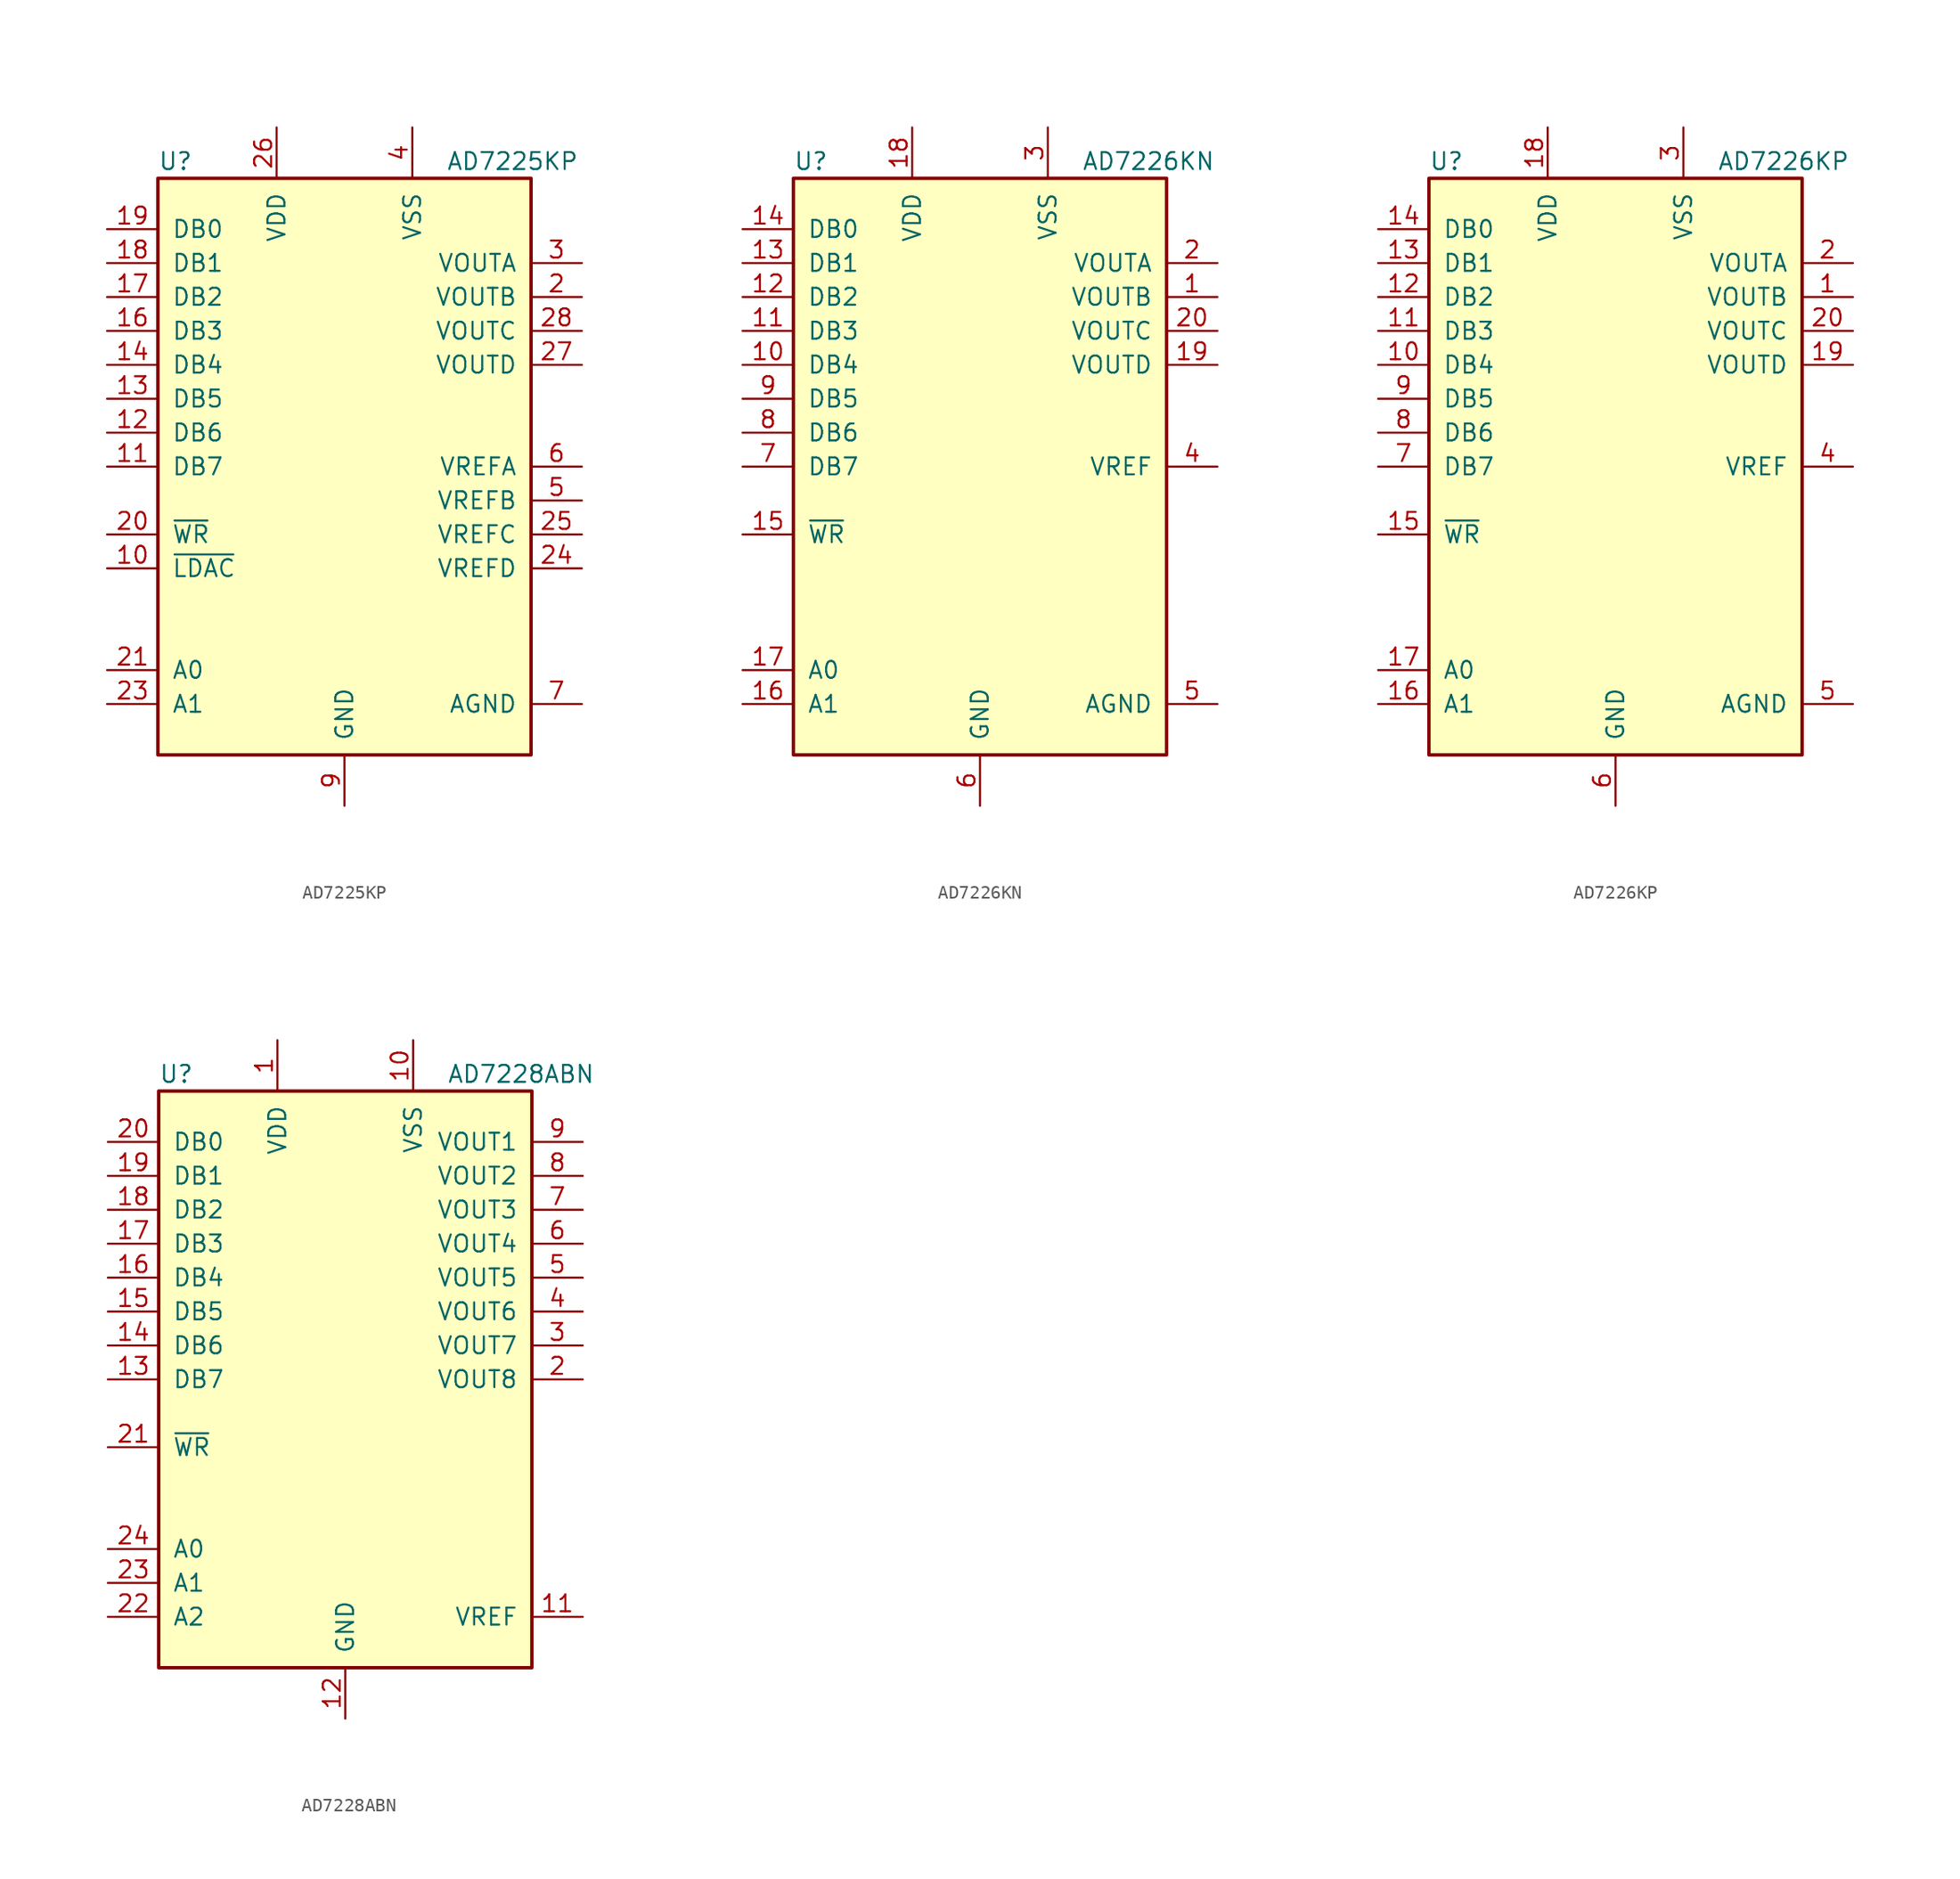
<source format=kicad_sym>
(kicad_symbol_lib
  (version 20220914)
  (generator kicad_symbol_editor)
  (symbol "AD7225KP"
    (pin_names
      (offset 1.016))
    (property "Reference" "U"
      (at -13.97 22.86 0)
      (effects (font (size 1.27 1.27)) (justify left)))
    (property "Value" "AD7225KP"
      (at 7.62 22.86 0)
      (effects (font (size 1.27 1.27)) (justify left)))
    (symbol "AD7225KP_0_1"
      (rectangle (start -13.97 -21.59) (end 13.97 21.59) (stroke (width 0.254) (type default)) (fill (type background))))
    (symbol "AD7225KP_1_1"
      (pin input line (at -17.78 -7.62 0) (length 3.81) (name "~{LDAC}" (effects (font (size 1.27 1.27)))) (number "10" (effects (font (size 1.27 1.27)))))
      (pin input line (at -17.78 0 0) (length 3.81) (name "DB7" (effects (font (size 1.27 1.27)))) (number "11" (effects (font (size 1.27 1.27)))))
      (pin input line (at -17.78 2.54 0) (length 3.81) (name "DB6" (effects (font (size 1.27 1.27)))) (number "12" (effects (font (size 1.27 1.27)))))
      (pin input line (at -17.78 5.08 0) (length 3.81) (name "DB5" (effects (font (size 1.27 1.27)))) (number "13" (effects (font (size 1.27 1.27)))))
      (pin input line (at -17.78 7.62 0) (length 3.81) (name "DB4" (effects (font (size 1.27 1.27)))) (number "14" (effects (font (size 1.27 1.27)))))
      (pin input line (at -17.78 10.16 0) (length 3.81) (name "DB3" (effects (font (size 1.27 1.27)))) (number "16" (effects (font (size 1.27 1.27)))))
      (pin input line (at -17.78 12.7 0) (length 3.81) (name "DB2" (effects (font (size 1.27 1.27)))) (number "17" (effects (font (size 1.27 1.27)))))
      (pin input line (at -17.78 15.24 0) (length 3.81) (name "DB1" (effects (font (size 1.27 1.27)))) (number "18" (effects (font (size 1.27 1.27)))))
      (pin input line (at -17.78 17.78 0) (length 3.81) (name "DB0" (effects (font (size 1.27 1.27)))) (number "19" (effects (font (size 1.27 1.27)))))
      (pin output line (at 17.78 12.7 180) (length 3.81) (name "VOUTB" (effects (font (size 1.27 1.27)))) (number "2" (effects (font (size 1.27 1.27)))))
      (pin input line (at -17.78 -5.08 0) (length 3.81) (name "~{WR}" (effects (font (size 1.27 1.27)))) (number "20" (effects (font (size 1.27 1.27)))))
      (pin input line (at -17.78 -15.24 0) (length 3.81) (name "A0" (effects (font (size 1.27 1.27)))) (number "21" (effects (font (size 1.27 1.27)))))
      (pin input line (at -17.78 -17.78 0) (length 3.81) (name "A1" (effects (font (size 1.27 1.27)))) (number "23" (effects (font (size 1.27 1.27)))))
      (pin input line (at 17.78 -7.62 180) (length 3.81) (name "VREFD" (effects (font (size 1.27 1.27)))) (number "24" (effects (font (size 1.27 1.27)))))
      (pin input line (at 17.78 -5.08 180) (length 3.81) (name "VREFC" (effects (font (size 1.27 1.27)))) (number "25" (effects (font (size 1.27 1.27)))))
      (pin power_in line (at -5.08 25.4 270) (length 3.81) (name "VDD" (effects (font (size 1.27 1.27)))) (number "26" (effects (font (size 1.27 1.27)))))
      (pin output line (at 17.78 7.62 180) (length 3.81) (name "VOUTD" (effects (font (size 1.27 1.27)))) (number "27" (effects (font (size 1.27 1.27)))))
      (pin output line (at 17.78 10.16 180) (length 3.81) (name "VOUTC" (effects (font (size 1.27 1.27)))) (number "28" (effects (font (size 1.27 1.27)))))
      (pin output line (at 17.78 15.24 180) (length 3.81) (name "VOUTA" (effects (font (size 1.27 1.27)))) (number "3" (effects (font (size 1.27 1.27)))))
      (pin power_in line (at 5.08 25.4 270) (length 3.81) (name "VSS" (effects (font (size 1.27 1.27)))) (number "4" (effects (font (size 1.27 1.27)))))
      (pin input line (at 17.78 -2.54 180) (length 3.81) (name "VREFB" (effects (font (size 1.27 1.27)))) (number "5" (effects (font (size 1.27 1.27)))))
      (pin input line (at 17.78 0 180) (length 3.81) (name "VREFA" (effects (font (size 1.27 1.27)))) (number "6" (effects (font (size 1.27 1.27)))))
      (pin input line (at 17.78 -17.78 180) (length 3.81) (name "AGND" (effects (font (size 1.27 1.27)))) (number "7" (effects (font (size 1.27 1.27)))))
      (pin power_in line (at 0 -25.4 90) (length 3.81) (name "GND" (effects (font (size 1.27 1.27)))) (number "9" (effects (font (size 1.27 1.27)))))))
  (symbol "AD7226KN"
    (pin_names
      (offset 1.016))
    (property "Reference" "U"
      (at -13.97 22.86 0)
      (effects (font (size 1.27 1.27)) (justify left)))
    (property "Value" "AD7226KN"
      (at 7.62 22.86 0)
      (effects (font (size 1.27 1.27)) (justify left)))
    (symbol "AD7226KN_0_1"
      (rectangle (start -13.97 -21.59) (end 13.97 21.59) (stroke (width 0.254) (type default)) (fill (type background))))
    (symbol "AD7226KN_1_1"
      (pin output line (at 17.78 12.7 180) (length 3.81) (name "VOUTB" (effects (font (size 1.27 1.27)))) (number "1" (effects (font (size 1.27 1.27)))))
      (pin input line (at -17.78 7.62 0) (length 3.81) (name "DB4" (effects (font (size 1.27 1.27)))) (number "10" (effects (font (size 1.27 1.27)))))
      (pin input line (at -17.78 10.16 0) (length 3.81) (name "DB3" (effects (font (size 1.27 1.27)))) (number "11" (effects (font (size 1.27 1.27)))))
      (pin input line (at -17.78 12.7 0) (length 3.81) (name "DB2" (effects (font (size 1.27 1.27)))) (number "12" (effects (font (size 1.27 1.27)))))
      (pin input line (at -17.78 15.24 0) (length 3.81) (name "DB1" (effects (font (size 1.27 1.27)))) (number "13" (effects (font (size 1.27 1.27)))))
      (pin input line (at -17.78 17.78 0) (length 3.81) (name "DB0" (effects (font (size 1.27 1.27)))) (number "14" (effects (font (size 1.27 1.27)))))
      (pin input line (at -17.78 -5.08 0) (length 3.81) (name "~{WR}" (effects (font (size 1.27 1.27)))) (number "15" (effects (font (size 1.27 1.27)))))
      (pin input line (at -17.78 -17.78 0) (length 3.81) (name "A1" (effects (font (size 1.27 1.27)))) (number "16" (effects (font (size 1.27 1.27)))))
      (pin input line (at -17.78 -15.24 0) (length 3.81) (name "A0" (effects (font (size 1.27 1.27)))) (number "17" (effects (font (size 1.27 1.27)))))
      (pin power_in line (at -5.08 25.4 270) (length 3.81) (name "VDD" (effects (font (size 1.27 1.27)))) (number "18" (effects (font (size 1.27 1.27)))))
      (pin output line (at 17.78 7.62 180) (length 3.81) (name "VOUTD" (effects (font (size 1.27 1.27)))) (number "19" (effects (font (size 1.27 1.27)))))
      (pin output line (at 17.78 15.24 180) (length 3.81) (name "VOUTA" (effects (font (size 1.27 1.27)))) (number "2" (effects (font (size 1.27 1.27)))))
      (pin output line (at 17.78 10.16 180) (length 3.81) (name "VOUTC" (effects (font (size 1.27 1.27)))) (number "20" (effects (font (size 1.27 1.27)))))
      (pin power_in line (at 5.08 25.4 270) (length 3.81) (name "VSS" (effects (font (size 1.27 1.27)))) (number "3" (effects (font (size 1.27 1.27)))))
      (pin input line (at 17.78 0 180) (length 3.81) (name "VREF" (effects (font (size 1.27 1.27)))) (number "4" (effects (font (size 1.27 1.27)))))
      (pin input line (at 17.78 -17.78 180) (length 3.81) (name "AGND" (effects (font (size 1.27 1.27)))) (number "5" (effects (font (size 1.27 1.27)))))
      (pin power_in line (at 0 -25.4 90) (length 3.81) (name "GND" (effects (font (size 1.27 1.27)))) (number "6" (effects (font (size 1.27 1.27)))))
      (pin input line (at -17.78 0 0) (length 3.81) (name "DB7" (effects (font (size 1.27 1.27)))) (number "7" (effects (font (size 1.27 1.27)))))
      (pin input line (at -17.78 2.54 0) (length 3.81) (name "DB6" (effects (font (size 1.27 1.27)))) (number "8" (effects (font (size 1.27 1.27)))))
      (pin input line (at -17.78 5.08 0) (length 3.81) (name "DB5" (effects (font (size 1.27 1.27)))) (number "9" (effects (font (size 1.27 1.27)))))))
  (symbol "AD7226KP"
    (pin_names
      (offset 1.016))
    (property "Reference" "U"
      (at -13.97 22.86 0)
      (effects (font (size 1.27 1.27)) (justify left)))
    (property "Value" "AD7226KP"
      (at 7.62 22.86 0)
      (effects (font (size 1.27 1.27)) (justify left)))
    (symbol "AD7226KP_0_1"
      (rectangle (start -13.97 -21.59) (end 13.97 21.59) (stroke (width 0.254) (type default)) (fill (type background))))
    (symbol "AD7226KP_1_1"
      (pin output line (at 17.78 12.7 180) (length 3.81) (name "VOUTB" (effects (font (size 1.27 1.27)))) (number "1" (effects (font (size 1.27 1.27)))))
      (pin input line (at -17.78 7.62 0) (length 3.81) (name "DB4" (effects (font (size 1.27 1.27)))) (number "10" (effects (font (size 1.27 1.27)))))
      (pin input line (at -17.78 10.16 0) (length 3.81) (name "DB3" (effects (font (size 1.27 1.27)))) (number "11" (effects (font (size 1.27 1.27)))))
      (pin input line (at -17.78 12.7 0) (length 3.81) (name "DB2" (effects (font (size 1.27 1.27)))) (number "12" (effects (font (size 1.27 1.27)))))
      (pin input line (at -17.78 15.24 0) (length 3.81) (name "DB1" (effects (font (size 1.27 1.27)))) (number "13" (effects (font (size 1.27 1.27)))))
      (pin input line (at -17.78 17.78 0) (length 3.81) (name "DB0" (effects (font (size 1.27 1.27)))) (number "14" (effects (font (size 1.27 1.27)))))
      (pin input line (at -17.78 -5.08 0) (length 3.81) (name "~{WR}" (effects (font (size 1.27 1.27)))) (number "15" (effects (font (size 1.27 1.27)))))
      (pin input line (at -17.78 -17.78 0) (length 3.81) (name "A1" (effects (font (size 1.27 1.27)))) (number "16" (effects (font (size 1.27 1.27)))))
      (pin input line (at -17.78 -15.24 0) (length 3.81) (name "A0" (effects (font (size 1.27 1.27)))) (number "17" (effects (font (size 1.27 1.27)))))
      (pin power_in line (at -5.08 25.4 270) (length 3.81) (name "VDD" (effects (font (size 1.27 1.27)))) (number "18" (effects (font (size 1.27 1.27)))))
      (pin output line (at 17.78 7.62 180) (length 3.81) (name "VOUTD" (effects (font (size 1.27 1.27)))) (number "19" (effects (font (size 1.27 1.27)))))
      (pin output line (at 17.78 15.24 180) (length 3.81) (name "VOUTA" (effects (font (size 1.27 1.27)))) (number "2" (effects (font (size 1.27 1.27)))))
      (pin output line (at 17.78 10.16 180) (length 3.81) (name "VOUTC" (effects (font (size 1.27 1.27)))) (number "20" (effects (font (size 1.27 1.27)))))
      (pin power_in line (at 5.08 25.4 270) (length 3.81) (name "VSS" (effects (font (size 1.27 1.27)))) (number "3" (effects (font (size 1.27 1.27)))))
      (pin input line (at 17.78 0 180) (length 3.81) (name "VREF" (effects (font (size 1.27 1.27)))) (number "4" (effects (font (size 1.27 1.27)))))
      (pin input line (at 17.78 -17.78 180) (length 3.81) (name "AGND" (effects (font (size 1.27 1.27)))) (number "5" (effects (font (size 1.27 1.27)))))
      (pin power_in line (at 0 -25.4 90) (length 3.81) (name "GND" (effects (font (size 1.27 1.27)))) (number "6" (effects (font (size 1.27 1.27)))))
      (pin input line (at -17.78 0 0) (length 3.81) (name "DB7" (effects (font (size 1.27 1.27)))) (number "7" (effects (font (size 1.27 1.27)))))
      (pin input line (at -17.78 2.54 0) (length 3.81) (name "DB6" (effects (font (size 1.27 1.27)))) (number "8" (effects (font (size 1.27 1.27)))))
      (pin input line (at -17.78 5.08 0) (length 3.81) (name "DB5" (effects (font (size 1.27 1.27)))) (number "9" (effects (font (size 1.27 1.27)))))))
  (symbol "AD7228ABN"
    (pin_names
      (offset 1.016))
    (property "Reference" "U"
      (at -13.97 22.86 0)
      (effects (font (size 1.27 1.27)) (justify left)))
    (property "Value" "AD7228ABN"
      (at 7.62 22.86 0)
      (effects (font (size 1.27 1.27)) (justify left)))
    (symbol "AD7228ABN_0_1"
      (rectangle (start -13.97 -21.59) (end 13.97 21.59) (stroke (width 0.254) (type default)) (fill (type background))))
    (symbol "AD7228ABN_1_1"
      (pin power_in line (at -5.08 25.4 270) (length 3.81) (name "VDD" (effects (font (size 1.27 1.27)))) (number "1" (effects (font (size 1.27 1.27)))))
      (pin power_in line (at 5.08 25.4 270) (length 3.81) (name "VSS" (effects (font (size 1.27 1.27)))) (number "10" (effects (font (size 1.27 1.27)))))
      (pin passive line (at 17.78 -17.78 180) (length 3.81) (name "VREF" (effects (font (size 1.27 1.27)))) (number "11" (effects (font (size 1.27 1.27)))))
      (pin power_in line (at 0 -25.4 90) (length 3.81) (name "GND" (effects (font (size 1.27 1.27)))) (number "12" (effects (font (size 1.27 1.27)))))
      (pin input line (at -17.78 0 0) (length 3.81) (name "DB7" (effects (font (size 1.27 1.27)))) (number "13" (effects (font (size 1.27 1.27)))))
      (pin input line (at -17.78 2.54 0) (length 3.81) (name "DB6" (effects (font (size 1.27 1.27)))) (number "14" (effects (font (size 1.27 1.27)))))
      (pin input line (at -17.78 5.08 0) (length 3.81) (name "DB5" (effects (font (size 1.27 1.27)))) (number "15" (effects (font (size 1.27 1.27)))))
      (pin input line (at -17.78 7.62 0) (length 3.81) (name "DB4" (effects (font (size 1.27 1.27)))) (number "16" (effects (font (size 1.27 1.27)))))
      (pin input line (at -17.78 10.16 0) (length 3.81) (name "DB3" (effects (font (size 1.27 1.27)))) (number "17" (effects (font (size 1.27 1.27)))))
      (pin input line (at -17.78 12.7 0) (length 3.81) (name "DB2" (effects (font (size 1.27 1.27)))) (number "18" (effects (font (size 1.27 1.27)))))
      (pin input line (at -17.78 15.24 0) (length 3.81) (name "DB1" (effects (font (size 1.27 1.27)))) (number "19" (effects (font (size 1.27 1.27)))))
      (pin output line (at 17.78 0 180) (length 3.81) (name "VOUT8" (effects (font (size 1.27 1.27)))) (number "2" (effects (font (size 1.27 1.27)))))
      (pin input line (at -17.78 17.78 0) (length 3.81) (name "DB0" (effects (font (size 1.27 1.27)))) (number "20" (effects (font (size 1.27 1.27)))))
      (pin input line (at -17.78 -5.08 0) (length 3.81) (name "~{WR}" (effects (font (size 1.27 1.27)))) (number "21" (effects (font (size 1.27 1.27)))))
      (pin input line (at -17.78 -17.78 0) (length 3.81) (name "A2" (effects (font (size 1.27 1.27)))) (number "22" (effects (font (size 1.27 1.27)))))
      (pin input line (at -17.78 -15.24 0) (length 3.81) (name "A1" (effects (font (size 1.27 1.27)))) (number "23" (effects (font (size 1.27 1.27)))))
      (pin input line (at -17.78 -12.7 0) (length 3.81) (name "A0" (effects (font (size 1.27 1.27)))) (number "24" (effects (font (size 1.27 1.27)))))
      (pin output line (at 17.78 2.54 180) (length 3.81) (name "VOUT7" (effects (font (size 1.27 1.27)))) (number "3" (effects (font (size 1.27 1.27)))))
      (pin output line (at 17.78 5.08 180) (length 3.81) (name "VOUT6" (effects (font (size 1.27 1.27)))) (number "4" (effects (font (size 1.27 1.27)))))
      (pin output line (at 17.78 7.62 180) (length 3.81) (name "VOUT5" (effects (font (size 1.27 1.27)))) (number "5" (effects (font (size 1.27 1.27)))))
      (pin output line (at 17.78 10.16 180) (length 3.81) (name "VOUT4" (effects (font (size 1.27 1.27)))) (number "6" (effects (font (size 1.27 1.27)))))
      (pin output line (at 17.78 12.7 180) (length 3.81) (name "VOUT3" (effects (font (size 1.27 1.27)))) (number "7" (effects (font (size 1.27 1.27)))))
      (pin output line (at 17.78 15.24 180) (length 3.81) (name "VOUT2" (effects (font (size 1.27 1.27)))) (number "8" (effects (font (size 1.27 1.27)))))
      (pin output line (at 17.78 17.78 180) (length 3.81) (name "VOUT1" (effects (font (size 1.27 1.27)))) (number "9" (effects (font (size 1.27 1.27))))))))
</source>
